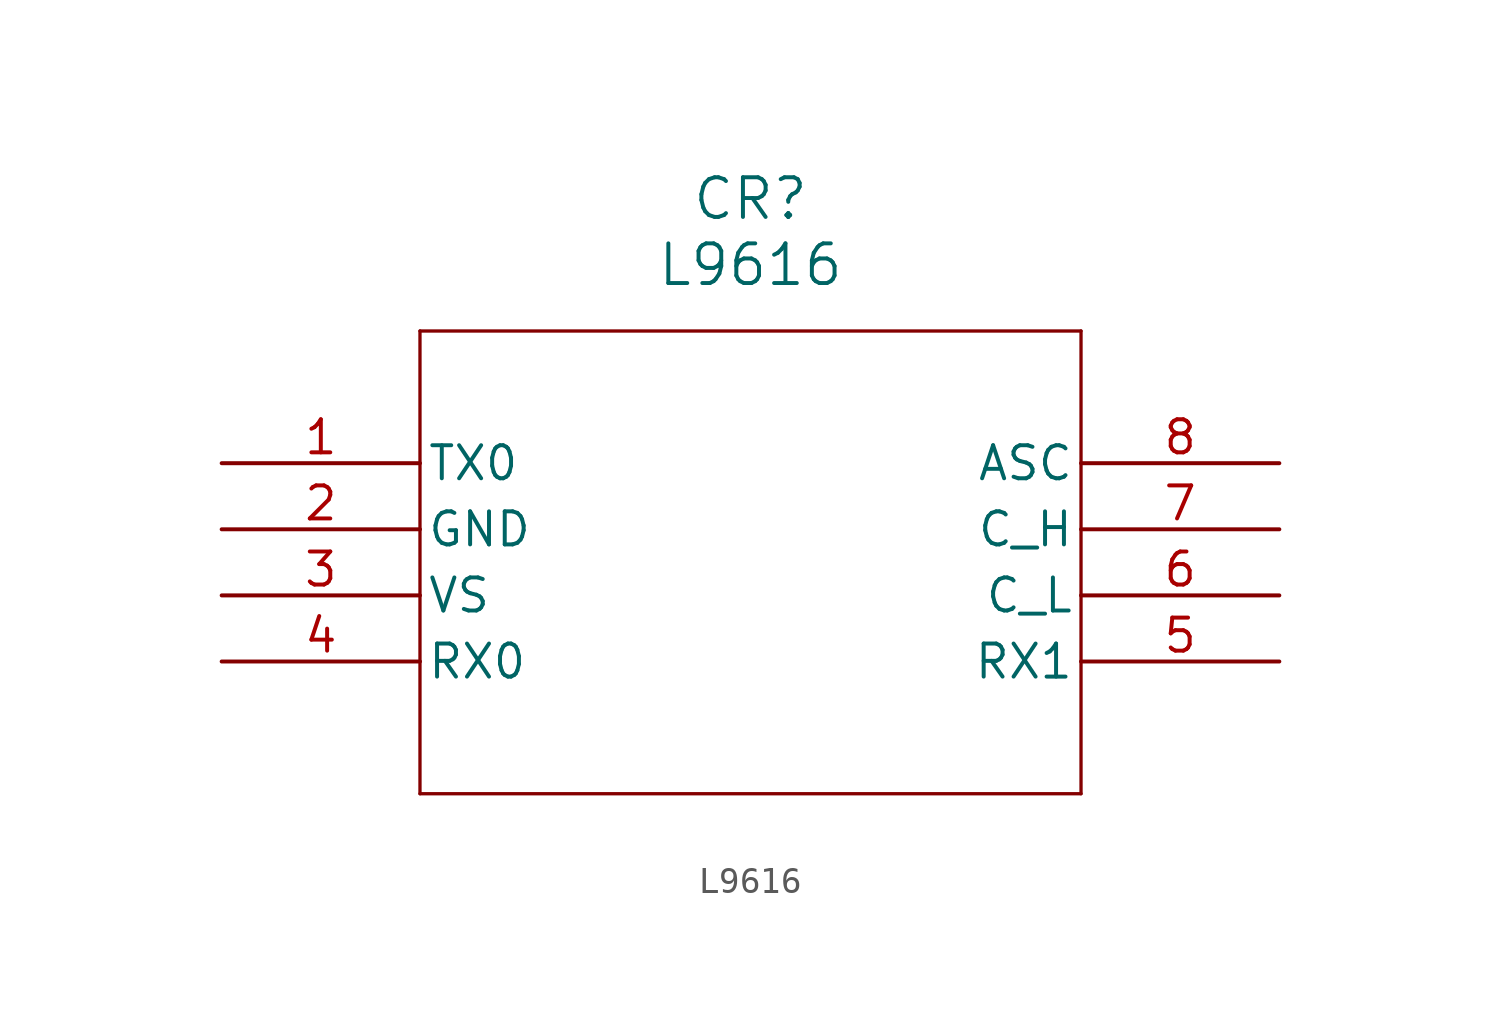
<source format=kicad_sym>
(kicad_symbol_lib
  (version 20231120)
  (generator "kicad_symbol_editor")
  (generator_version "8.0")
  (symbol "L9616"
    (pin_names
      (offset 0.254))
    (property "Reference" "CR"
      (at 20.32 10.16 0)
      (effects (font (size 1.524 1.524))))
    (property "Value" "L9616"
      (at 20.32 7.62 0)
      (effects (font (size 1.524 1.524))))
    (property "ki_locked" ""
      (at 0 0 0)
      (effects (font (size 1.27 1.27))))
    (symbol "L9616_0_1"
      (polyline (pts (xy 7.62 -12.7) (xy 33.02 -12.7)) (stroke (width 0.127) (type default)) (fill (type none)))
      (polyline (pts (xy 7.62 5.08) (xy 7.62 -12.7)) (stroke (width 0.127) (type default)) (fill (type none)))
      (polyline (pts (xy 33.02 -12.7) (xy 33.02 5.08)) (stroke (width 0.127) (type default)) (fill (type none)))
      (polyline (pts (xy 33.02 5.08) (xy 7.62 5.08)) (stroke (width 0.127) (type default)) (fill (type none)))
      (pin input line (at 0 0 0) (length 7.62) (name "TX0" (effects (font (size 1.27 1.27)))) (number "1" (effects (font (size 1.27 1.27)))))
      (pin power_out line (at 0 -2.54 0) (length 7.62) (name "GND" (effects (font (size 1.27 1.27)))) (number "2" (effects (font (size 1.27 1.27)))))
      (pin power_in line (at 0 -5.08 0) (length 7.62) (name "VS" (effects (font (size 1.27 1.27)))) (number "3" (effects (font (size 1.27 1.27)))))
      (pin output line (at 0 -7.62 0) (length 7.62) (name "RX0" (effects (font (size 1.27 1.27)))) (number "4" (effects (font (size 1.27 1.27)))))
      (pin output line (at 40.64 -7.62 180) (length 7.62) (name "RX1" (effects (font (size 1.27 1.27)))) (number "5" (effects (font (size 1.27 1.27)))))
      (pin output line (at 40.64 -5.08 180) (length 7.62) (name "C_L" (effects (font (size 1.27 1.27)))) (number "6" (effects (font (size 1.27 1.27)))))
      (pin output line (at 40.64 -2.54 180) (length 7.62) (name "C_H" (effects (font (size 1.27 1.27)))) (number "7" (effects (font (size 1.27 1.27)))))
      (pin unspecified line (at 40.64 0 180) (length 7.62) (name "ASC" (effects (font (size 1.27 1.27)))) (number "8" (effects (font (size 1.27 1.27))))))))
</source>
